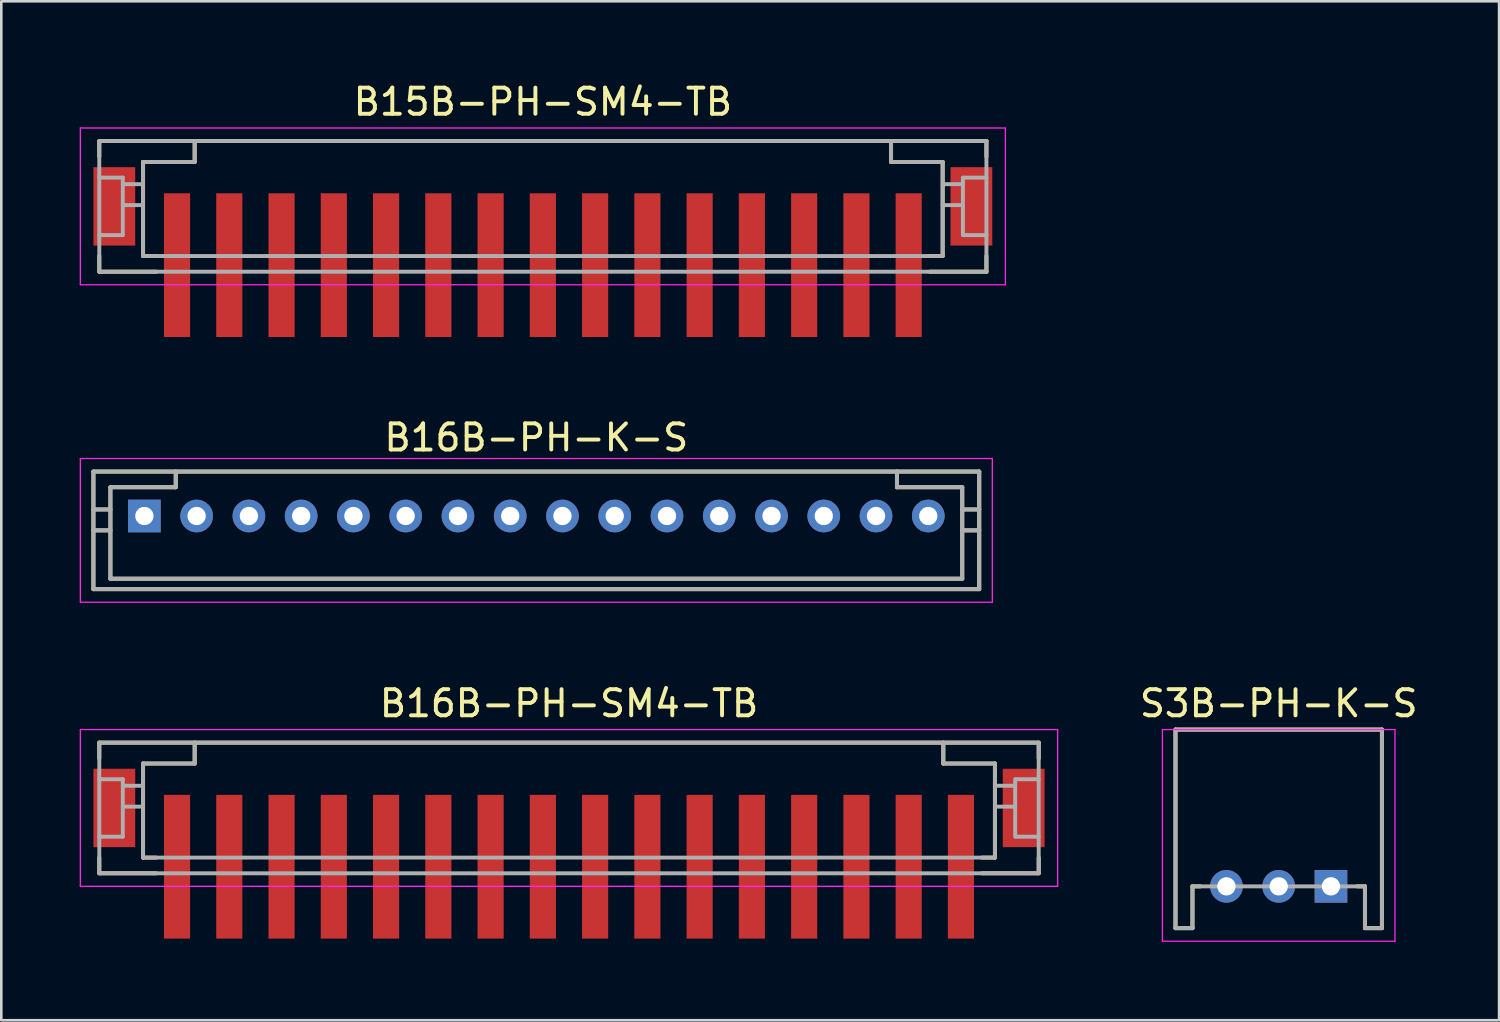
<source format=kicad_pcb>
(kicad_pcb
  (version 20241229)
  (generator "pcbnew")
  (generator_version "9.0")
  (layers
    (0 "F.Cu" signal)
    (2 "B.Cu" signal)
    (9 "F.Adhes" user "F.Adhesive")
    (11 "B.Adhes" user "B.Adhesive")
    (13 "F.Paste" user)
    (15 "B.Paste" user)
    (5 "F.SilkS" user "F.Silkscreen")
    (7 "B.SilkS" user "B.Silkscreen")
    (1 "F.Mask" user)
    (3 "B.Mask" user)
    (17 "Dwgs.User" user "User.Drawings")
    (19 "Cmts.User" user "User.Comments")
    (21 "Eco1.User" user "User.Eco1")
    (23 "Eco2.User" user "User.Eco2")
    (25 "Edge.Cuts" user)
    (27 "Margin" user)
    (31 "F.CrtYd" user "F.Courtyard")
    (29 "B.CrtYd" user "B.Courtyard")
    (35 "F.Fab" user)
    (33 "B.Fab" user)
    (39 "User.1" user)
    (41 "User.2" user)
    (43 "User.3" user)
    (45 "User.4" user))
  (footprint "B15B-PH-SM4-TB"
    (layer "F.Cu")
    (at 17.725 4.348)
    (property "Reference" "B15B-PH-SM4-TB" (at 0 -3.5 0) (layer "F.SilkS") (effects (font (size 1 1) (thickness 0.15))))
    (attr smd)
    (fp_line (start -16.975 -2) (end -16.975 -1.4) (stroke (width 0.15) (type solid)) (layer "F.SilkS"))
    (fp_line (start -16.975 -2) (end 16.975 -2) (stroke (width 0.15) (type solid)) (layer "F.SilkS"))
    (fp_line (start -16.975 2.4) (end -16.975 3) (stroke (width 0.15) (type solid)) (layer "F.SilkS"))
    (fp_line (start -16.975 3) (end -14.8 3) (stroke (width 0.15) (type solid)) (layer "F.SilkS"))
    (fp_line (start -15.3 -1.2) (end -15.3 2.4) (stroke (width 0.15) (type solid)) (layer "F.SilkS"))
    (fp_line (start -15.3 -1.2) (end -13.325 -1.2) (stroke (width 0.15) (type solid)) (layer "F.SilkS"))
    (fp_line (start -15.3 2.4) (end -14.8 2.4) (stroke (width 0.15) (type solid)) (layer "F.SilkS"))
    (fp_line (start -13.325 -2) (end -13.325 -1.2) (stroke (width 0.15) (type solid)) (layer "F.SilkS"))
    (fp_line (start 13.325 -2) (end 13.325 -1.2) (stroke (width 0.15) (type solid)) (layer "F.SilkS"))
    (fp_line (start 13.325 -1.2) (end 15.3 -1.2) (stroke (width 0.15) (type solid)) (layer "F.SilkS"))
    (fp_line (start 14.8 2.4) (end 15.3 2.4) (stroke (width 0.15) (type solid)) (layer "F.SilkS"))
    (fp_line (start 14.8 3) (end 16.975 3) (stroke (width 0.15) (type solid)) (layer "F.SilkS"))
    (fp_line (start 15.3 -1.2) (end 15.3 2.4) (stroke (width 0.15) (type solid)) (layer "F.SilkS"))
    (fp_line (start 16.975 -2) (end 16.975 -1.4) (stroke (width 0.15) (type solid)) (layer "F.SilkS"))
    (fp_line (start 16.975 2.4) (end 16.975 3) (stroke (width 0.15) (type solid)) (layer "F.SilkS"))
    (fp_line (start -17.7 -2.5) (end -17.7 3.5) (stroke (width 0.05) (type solid)) (layer "F.CrtYd"))
    (fp_line (start -17.7 -2.5) (end 17.7 -2.5) (stroke (width 0.05) (type solid)) (layer "F.CrtYd"))
    (fp_line (start -17.7 3.5) (end 17.7 3.5) (stroke (width 0.05) (type solid)) (layer "F.CrtYd"))
    (fp_line (start 17.7 -2.5) (end 17.7 3.5) (stroke (width 0.05) (type solid)) (layer "F.CrtYd"))
    (fp_line (start -16.975 -2) (end -16.975 3) (stroke (width 0.15) (type solid)) (layer "F.Fab"))
    (fp_line (start -16.975 -2) (end 16.975 -2) (stroke (width 0.15) (type solid)) (layer "F.Fab"))
    (fp_line (start -16.975 -0.6) (end -16.075 -0.6) (stroke (width 0.15) (type solid)) (layer "F.Fab"))
    (fp_line (start -16.975 1.6) (end -16.075 1.6) (stroke (width 0.15) (type solid)) (layer "F.Fab"))
    (fp_line (start -16.975 3) (end 16.975 3) (stroke (width 0.15) (type solid)) (layer "F.Fab"))
    (fp_line (start -16.075 -0.6) (end -16.075 1.6) (stroke (width 0.15) (type solid)) (layer "F.Fab"))
    (fp_line (start -16.075 -0.35) (end -15.3 -0.35) (stroke (width 0.15) (type solid)) (layer "F.Fab"))
    (fp_line (start -16.075 0.45) (end -15.3 0.45) (stroke (width 0.15) (type solid)) (layer "F.Fab"))
    (fp_line (start -15.3 -1.2) (end -15.3 2.4) (stroke (width 0.15) (type solid)) (layer "F.Fab"))
    (fp_line (start -15.3 -1.2) (end -13.325 -1.2) (stroke (width 0.15) (type solid)) (layer "F.Fab"))
    (fp_line (start -15.3 2.4) (end 15.3 2.4) (stroke (width 0.15) (type solid)) (layer "F.Fab"))
    (fp_line (start -13.325 -2) (end -13.325 -1.2) (stroke (width 0.15) (type solid)) (layer "F.Fab"))
    (fp_line (start 13.325 -2) (end 13.325 -1.2) (stroke (width 0.15) (type solid)) (layer "F.Fab"))
    (fp_line (start 13.325 -1.2) (end 15.3 -1.2) (stroke (width 0.15) (type solid)) (layer "F.Fab"))
    (fp_line (start 15.3 -1.2) (end 15.3 2.4) (stroke (width 0.15) (type solid)) (layer "F.Fab"))
    (fp_line (start 15.3 -0.35) (end 16.075 -0.35) (stroke (width 0.15) (type solid)) (layer "F.Fab"))
    (fp_line (start 15.3 0.45) (end 16.075 0.45) (stroke (width 0.15) (type solid)) (layer "F.Fab"))
    (fp_line (start 16.075 -0.6) (end 16.075 1.6) (stroke (width 0.15) (type solid)) (layer "F.Fab"))
    (fp_line (start 16.1 -0.6) (end 16.975 -0.6) (stroke (width 0.15) (type solid)) (layer "F.Fab"))
    (fp_line (start 16.1 1.6) (end 16.975 1.6) (stroke (width 0.15) (type solid)) (layer "F.Fab"))
    (fp_line (start 16.975 -2) (end 16.975 3) (stroke (width 0.15) (type solid)) (layer "F.Fab"))
    (pad "1" smd rect (at -14 2.75) (size 1 5.5) (layers "F.Cu" "F.Mask" "F.Paste"))
    (pad "2" smd rect (at -12 2.75) (size 1 5.5) (layers "F.Cu" "F.Mask" "F.Paste"))
    (pad "3" smd rect (at -10 2.75) (size 1 5.5) (layers "F.Cu" "F.Mask" "F.Paste"))
    (pad "4" smd rect (at -8 2.75) (size 1 5.5) (layers "F.Cu" "F.Mask" "F.Paste"))
    (pad "5" smd rect (at -6 2.75) (size 1 5.5) (layers "F.Cu" "F.Mask" "F.Paste"))
    (pad "6" smd rect (at -4 2.75) (size 1 5.5) (layers "F.Cu" "F.Mask" "F.Paste"))
    (pad "7" smd rect (at -2 2.75) (size 1 5.5) (layers "F.Cu" "F.Mask" "F.Paste"))
    (pad "8" smd rect (at 0 2.75) (size 1 5.5) (layers "F.Cu" "F.Mask" "F.Paste"))
    (pad "9" smd rect (at 2 2.75) (size 1 5.5) (layers "F.Cu" "F.Mask" "F.Paste"))
    (pad "10" smd rect (at 4 2.75) (size 1 5.5) (layers "F.Cu" "F.Mask" "F.Paste"))
    (pad "11" smd rect (at 6 2.75) (size 1 5.5) (layers "F.Cu" "F.Mask" "F.Paste"))
    (pad "12" smd rect (at 8 2.75) (size 1 5.5) (layers "F.Cu" "F.Mask" "F.Paste"))
    (pad "13" smd rect (at 10 2.75) (size 1 5.5) (layers "F.Cu" "F.Mask" "F.Paste"))
    (pad "14" smd rect (at 12 2.75) (size 1 5.5) (layers "F.Cu" "F.Mask" "F.Paste"))
    (pad "15" smd rect (at 14 2.75) (size 1 5.5) (layers "F.Cu" "F.Mask" "F.Paste"))
    (pad "S" smd rect (at -16.4 0.5) (size 1.6 3) (layers "F.Cu" "F.Mask" "F.Paste"))
    (pad "S" smd rect (at 16.4 0.5) (size 1.6 3) (layers "F.Cu" "F.Mask" "F.Paste")))
  (footprint "S3B-PH-K-S"
    (layer "F.Cu")
    (at 45.885 30.87)
    (property "Reference" "S3B-PH-K-S" (at 0 -7 0) (layer "F.SilkS") (effects (font (size 1 1) (thickness 0.15))))
    (attr smd)
    (fp_line (start -3.95 -6) (end -3.95 1.6) (stroke (width 0.15) (type solid)) (layer "F.SilkS"))
    (fp_line (start -3.95 -6) (end 3.95 -6) (stroke (width 0.15) (type solid)) (layer "F.SilkS"))
    (fp_line (start -3.95 1.6) (end -3.3 1.6) (stroke (width 0.15) (type solid)) (layer "F.SilkS"))
    (fp_line (start -3.3 0) (end -3.3 1.6) (stroke (width 0.15) (type solid)) (layer "F.SilkS"))
    (fp_line (start -3.3 0) (end -3 0) (stroke (width 0.15) (type solid)) (layer "F.SilkS"))
    (fp_line (start 3 0) (end 3.3 0) (stroke (width 0.15) (type solid)) (layer "F.SilkS"))
    (fp_line (start 3.3 0) (end 3.3 1.6) (stroke (width 0.15) (type solid)) (layer "F.SilkS"))
    (fp_line (start 3.3 1.6) (end 3.95 1.6) (stroke (width 0.15) (type solid)) (layer "F.SilkS"))
    (fp_line (start 3.95 -6) (end 3.95 1.6) (stroke (width 0.15) (type solid)) (layer "F.SilkS"))
    (fp_line (start -4.45 -6) (end -4.45 2.1) (stroke (width 0.05) (type solid)) (layer "F.CrtYd"))
    (fp_line (start -4.45 -6) (end 4.45 -6) (stroke (width 0.05) (type solid)) (layer "F.CrtYd"))
    (fp_line (start -4.45 2.1) (end 4.45 2.1) (stroke (width 0.05) (type solid)) (layer "F.CrtYd"))
    (fp_line (start 4.45 -6) (end 4.45 2.1) (stroke (width 0.05) (type solid)) (layer "F.CrtYd"))
    (fp_line (start -3.95 -6) (end -3.95 1.6) (stroke (width 0.15) (type solid)) (layer "F.Fab"))
    (fp_line (start -3.95 -6) (end 3.95 -6) (stroke (width 0.15) (type solid)) (layer "F.Fab"))
    (fp_line (start -3.95 1.6) (end -3.3 1.6) (stroke (width 0.15) (type solid)) (layer "F.Fab"))
    (fp_line (start -3.3 0) (end -3.3 1.6) (stroke (width 0.15) (type solid)) (layer "F.Fab"))
    (fp_line (start -3.3 0) (end 3.3 0) (stroke (width 0.15) (type solid)) (layer "F.Fab"))
    (fp_line (start 3.3 0) (end 3.3 1.6) (stroke (width 0.15) (type solid)) (layer "F.Fab"))
    (fp_line (start 3.3 1.6) (end 3.95 1.6) (stroke (width 0.15) (type solid)) (layer "F.Fab"))
    (fp_line (start 3.95 -6) (end 3.95 1.6) (stroke (width 0.15) (type solid)) (layer "F.Fab"))
    (pad "1" thru_hole rect (at 2 0 180) (size 1.25 1.25) (drill 0.7) (layers "*.Cu" "*.Mask"))
    (pad "2" thru_hole circle (at 0 0 180) (size 1.25 1.25) (drill 0.7) (layers "*.Cu" "*.Mask"))
    (pad "3" thru_hole circle (at -2 0 180) (size 1.25 1.25) (drill 0.7) (layers "*.Cu" "*.Mask")))
  (footprint "B16B-PH-K-S"
    (layer "F.Cu")
    (at 17.475 16.697)
    (property "Reference" "B16B-PH-K-S" (at 0 -3 0) (layer "F.SilkS") (effects (font (size 1 1) (thickness 0.15))))
    (attr smd)
    (fp_line (start -16.95 -1.7) (end -16.95 2.8) (stroke (width 0.15) (type solid)) (layer "F.SilkS"))
    (fp_line (start -16.95 -1.7) (end 16.95 -1.7) (stroke (width 0.15) (type solid)) (layer "F.SilkS"))
    (fp_line (start -16.95 -0.25) (end -16.3 -0.25) (stroke (width 0.15) (type solid)) (layer "F.SilkS"))
    (fp_line (start -16.95 0.55) (end -16.3 0.55) (stroke (width 0.15) (type solid)) (layer "F.SilkS"))
    (fp_line (start -16.95 2.8) (end 16.95 2.8) (stroke (width 0.15) (type solid)) (layer "F.SilkS"))
    (fp_line (start -16.3 -1.1) (end -16.3 2.4) (stroke (width 0.15) (type solid)) (layer "F.SilkS"))
    (fp_line (start -16.3 -1.1) (end -13.8 -1.1) (stroke (width 0.15) (type solid)) (layer "F.SilkS"))
    (fp_line (start -16.3 2.4) (end 16.3 2.4) (stroke (width 0.15) (type solid)) (layer "F.SilkS"))
    (fp_line (start -13.8 -1.7) (end -13.8 -1.1) (stroke (width 0.15) (type solid)) (layer "F.SilkS"))
    (fp_line (start 13.8 -1.7) (end 13.8 -1.1) (stroke (width 0.15) (type solid)) (layer "F.SilkS"))
    (fp_line (start 13.8 -1.1) (end 16.3 -1.1) (stroke (width 0.15) (type solid)) (layer "F.SilkS"))
    (fp_line (start 16.3 -1.1) (end 16.3 2.4) (stroke (width 0.15) (type solid)) (layer "F.SilkS"))
    (fp_line (start 16.3 -0.25) (end 16.95 -0.25) (stroke (width 0.15) (type solid)) (layer "F.SilkS"))
    (fp_line (start 16.3 0.55) (end 16.95 0.55) (stroke (width 0.15) (type solid)) (layer "F.SilkS"))
    (fp_line (start 16.95 -1.7) (end 16.95 2.8) (stroke (width 0.15) (type solid)) (layer "F.SilkS"))
    (fp_line (start -17.45 -2.2) (end -17.45 3.3) (stroke (width 0.05) (type solid)) (layer "F.CrtYd"))
    (fp_line (start -17.45 -2.2) (end 17.45 -2.2) (stroke (width 0.05) (type solid)) (layer "F.CrtYd"))
    (fp_line (start -17.45 3.3) (end 17.45 3.3) (stroke (width 0.05) (type solid)) (layer "F.CrtYd"))
    (fp_line (start 17.45 -2.2) (end 17.45 3.3) (stroke (width 0.05) (type solid)) (layer "F.CrtYd"))
    (fp_line (start -16.95 -1.7) (end -16.95 2.8) (stroke (width 0.15) (type solid)) (layer "F.Fab"))
    (fp_line (start -16.95 -1.7) (end 16.95 -1.7) (stroke (width 0.15) (type solid)) (layer "F.Fab"))
    (fp_line (start -16.95 -0.25) (end -16.3 -0.25) (stroke (width 0.15) (type solid)) (layer "F.Fab"))
    (fp_line (start -16.95 0.55) (end -16.3 0.55) (stroke (width 0.15) (type solid)) (layer "F.Fab"))
    (fp_line (start -16.95 2.8) (end 16.95 2.8) (stroke (width 0.15) (type solid)) (layer "F.Fab"))
    (fp_line (start -16.3 -1.1) (end -16.3 2.4) (stroke (width 0.15) (type solid)) (layer "F.Fab"))
    (fp_line (start -16.3 -1.1) (end -13.8 -1.1) (stroke (width 0.15) (type solid)) (layer "F.Fab"))
    (fp_line (start -16.3 2.4) (end 16.3 2.4) (stroke (width 0.15) (type solid)) (layer "F.Fab"))
    (fp_line (start -13.8 -1.7) (end -13.8 -1.1) (stroke (width 0.15) (type solid)) (layer "F.Fab"))
    (fp_line (start 13.8 -1.7) (end 13.8 -1.1) (stroke (width 0.15) (type solid)) (layer "F.Fab"))
    (fp_line (start 13.8 -1.1) (end 16.3 -1.1) (stroke (width 0.15) (type solid)) (layer "F.Fab"))
    (fp_line (start 16.3 -1.1) (end 16.3 2.4) (stroke (width 0.15) (type solid)) (layer "F.Fab"))
    (fp_line (start 16.3 -0.25) (end 16.95 -0.25) (stroke (width 0.15) (type solid)) (layer "F.Fab"))
    (fp_line (start 16.3 0.55) (end 16.95 0.55) (stroke (width 0.15) (type solid)) (layer "F.Fab"))
    (fp_line (start 16.95 -1.7) (end 16.95 2.8) (stroke (width 0.15) (type solid)) (layer "F.Fab"))
    (pad "1" thru_hole rect (at -15 0) (size 1.25 1.25) (drill 0.7) (layers "*.Cu" "*.Mask"))
    (pad "2" thru_hole circle (at -13 0) (size 1.25 1.25) (drill 0.7) (layers "*.Cu" "*.Mask"))
    (pad "3" thru_hole circle (at -11 0) (size 1.25 1.25) (drill 0.7) (layers "*.Cu" "*.Mask"))
    (pad "4" thru_hole circle (at -9 0) (size 1.25 1.25) (drill 0.7) (layers "*.Cu" "*.Mask"))
    (pad "5" thru_hole circle (at -7 0) (size 1.25 1.25) (drill 0.7) (layers "*.Cu" "*.Mask"))
    (pad "6" thru_hole circle (at -5 0) (size 1.25 1.25) (drill 0.7) (layers "*.Cu" "*.Mask"))
    (pad "7" thru_hole circle (at -3 0) (size 1.25 1.25) (drill 0.7) (layers "*.Cu" "*.Mask"))
    (pad "8" thru_hole circle (at -1 0) (size 1.25 1.25) (drill 0.7) (layers "*.Cu" "*.Mask"))
    (pad "9" thru_hole circle (at 1 0) (size 1.25 1.25) (drill 0.7) (layers "*.Cu" "*.Mask"))
    (pad "10" thru_hole circle (at 3 0) (size 1.25 1.25) (drill 0.7) (layers "*.Cu" "*.Mask"))
    (pad "11" thru_hole circle (at 5 0) (size 1.25 1.25) (drill 0.7) (layers "*.Cu" "*.Mask"))
    (pad "12" thru_hole circle (at 7 0) (size 1.25 1.25) (drill 0.7) (layers "*.Cu" "*.Mask"))
    (pad "13" thru_hole circle (at 9 0) (size 1.25 1.25) (drill 0.7) (layers "*.Cu" "*.Mask"))
    (pad "14" thru_hole circle (at 11 0) (size 1.25 1.25) (drill 0.7) (layers "*.Cu" "*.Mask"))
    (pad "15" thru_hole circle (at 13 0) (size 1.25 1.25) (drill 0.7) (layers "*.Cu" "*.Mask"))
    (pad "16" thru_hole circle (at 15 0) (size 1.25 1.25) (drill 0.7) (layers "*.Cu" "*.Mask")))
  (footprint "B16B-PH-SM4-TB"
    (layer "F.Cu")
    (at 18.725 27.37)
    (property "Reference" "B16B-PH-SM4-TB" (at 0 -3.5 0) (layer "F.SilkS") (effects (font (size 1 1) (thickness 0.15))))
    (attr smd)
    (fp_line (start -17.975 -2) (end -17.975 -1.4) (stroke (width 0.15) (type solid)) (layer "F.SilkS"))
    (fp_line (start -17.975 -2) (end 17.975 -2) (stroke (width 0.15) (type solid)) (layer "F.SilkS"))
    (fp_line (start -17.975 2.4) (end -17.975 3) (stroke (width 0.15) (type solid)) (layer "F.SilkS"))
    (fp_line (start -17.975 3) (end -15.8 3) (stroke (width 0.15) (type solid)) (layer "F.SilkS"))
    (fp_line (start -16.3 -1.2) (end -16.3 2.4) (stroke (width 0.15) (type solid)) (layer "F.SilkS"))
    (fp_line (start -16.3 -1.2) (end -14.325 -1.2) (stroke (width 0.15) (type solid)) (layer "F.SilkS"))
    (fp_line (start -16.3 2.4) (end -15.8 2.4) (stroke (width 0.15) (type solid)) (layer "F.SilkS"))
    (fp_line (start -14.325 -2) (end -14.325 -1.2) (stroke (width 0.15) (type solid)) (layer "F.SilkS"))
    (fp_line (start 14.325 -2) (end 14.325 -1.2) (stroke (width 0.15) (type solid)) (layer "F.SilkS"))
    (fp_line (start 14.325 -1.2) (end 16.3 -1.2) (stroke (width 0.15) (type solid)) (layer "F.SilkS"))
    (fp_line (start 15.8 2.4) (end 16.3 2.4) (stroke (width 0.15) (type solid)) (layer "F.SilkS"))
    (fp_line (start 15.8 3) (end 17.975 3) (stroke (width 0.15) (type solid)) (layer "F.SilkS"))
    (fp_line (start 16.3 -1.2) (end 16.3 2.4) (stroke (width 0.15) (type solid)) (layer "F.SilkS"))
    (fp_line (start 17.975 -2) (end 17.975 -1.4) (stroke (width 0.15) (type solid)) (layer "F.SilkS"))
    (fp_line (start 17.975 2.4) (end 17.975 3) (stroke (width 0.15) (type solid)) (layer "F.SilkS"))
    (fp_line (start -18.7 -2.5) (end -18.7 3.5) (stroke (width 0.05) (type solid)) (layer "F.CrtYd"))
    (fp_line (start -18.7 -2.5) (end 18.7 -2.5) (stroke (width 0.05) (type solid)) (layer "F.CrtYd"))
    (fp_line (start -18.7 3.5) (end 18.7 3.5) (stroke (width 0.05) (type solid)) (layer "F.CrtYd"))
    (fp_line (start 18.7 -2.5) (end 18.7 3.5) (stroke (width 0.05) (type solid)) (layer "F.CrtYd"))
    (fp_line (start -17.975 -2) (end -17.975 3) (stroke (width 0.15) (type solid)) (layer "F.Fab"))
    (fp_line (start -17.975 -2) (end 17.975 -2) (stroke (width 0.15) (type solid)) (layer "F.Fab"))
    (fp_line (start -17.975 -0.6) (end -17.075 -0.6) (stroke (width 0.15) (type solid)) (layer "F.Fab"))
    (fp_line (start -17.975 1.6) (end -17.075 1.6) (stroke (width 0.15) (type solid)) (layer "F.Fab"))
    (fp_line (start -17.975 3) (end 17.975 3) (stroke (width 0.15) (type solid)) (layer "F.Fab"))
    (fp_line (start -17.075 -0.6) (end -17.075 1.6) (stroke (width 0.15) (type solid)) (layer "F.Fab"))
    (fp_line (start -17.075 -0.35) (end -16.3 -0.35) (stroke (width 0.15) (type solid)) (layer "F.Fab"))
    (fp_line (start -17.075 0.45) (end -16.3 0.45) (stroke (width 0.15) (type solid)) (layer "F.Fab"))
    (fp_line (start -16.3 -1.2) (end -16.3 2.4) (stroke (width 0.15) (type solid)) (layer "F.Fab"))
    (fp_line (start -16.3 -1.2) (end -14.325 -1.2) (stroke (width 0.15) (type solid)) (layer "F.Fab"))
    (fp_line (start -16.3 2.4) (end 16.3 2.4) (stroke (width 0.15) (type solid)) (layer "F.Fab"))
    (fp_line (start -14.325 -2) (end -14.325 -1.2) (stroke (width 0.15) (type solid)) (layer "F.Fab"))
    (fp_line (start 14.325 -2) (end 14.325 -1.2) (stroke (width 0.15) (type solid)) (layer "F.Fab"))
    (fp_line (start 14.325 -1.2) (end 16.3 -1.2) (stroke (width 0.15) (type solid)) (layer "F.Fab"))
    (fp_line (start 16.3 -1.2) (end 16.3 2.4) (stroke (width 0.15) (type solid)) (layer "F.Fab"))
    (fp_line (start 16.3 -0.35) (end 17.075 -0.35) (stroke (width 0.15) (type solid)) (layer "F.Fab"))
    (fp_line (start 16.3 0.45) (end 17.075 0.45) (stroke (width 0.15) (type solid)) (layer "F.Fab"))
    (fp_line (start 17.075 -0.6) (end 17.075 1.6) (stroke (width 0.15) (type solid)) (layer "F.Fab"))
    (fp_line (start 17.1 -0.6) (end 17.975 -0.6) (stroke (width 0.15) (type solid)) (layer "F.Fab"))
    (fp_line (start 17.1 1.6) (end 17.975 1.6) (stroke (width 0.15) (type solid)) (layer "F.Fab"))
    (fp_line (start 17.975 -2) (end 17.975 3) (stroke (width 0.15) (type solid)) (layer "F.Fab"))
    (pad "1" smd rect (at -15 2.75) (size 1 5.5) (layers "F.Cu" "F.Mask" "F.Paste"))
    (pad "2" smd rect (at -13 2.75) (size 1 5.5) (layers "F.Cu" "F.Mask" "F.Paste"))
    (pad "3" smd rect (at -11 2.75) (size 1 5.5) (layers "F.Cu" "F.Mask" "F.Paste"))
    (pad "4" smd rect (at -9 2.75) (size 1 5.5) (layers "F.Cu" "F.Mask" "F.Paste"))
    (pad "5" smd rect (at -7 2.75) (size 1 5.5) (layers "F.Cu" "F.Mask" "F.Paste"))
    (pad "6" smd rect (at -5 2.75) (size 1 5.5) (layers "F.Cu" "F.Mask" "F.Paste"))
    (pad "7" smd rect (at -3 2.75) (size 1 5.5) (layers "F.Cu" "F.Mask" "F.Paste"))
    (pad "8" smd rect (at -1 2.75) (size 1 5.5) (layers "F.Cu" "F.Mask" "F.Paste"))
    (pad "9" smd rect (at 1 2.75) (size 1 5.5) (layers "F.Cu" "F.Mask" "F.Paste"))
    (pad "10" smd rect (at 3 2.75) (size 1 5.5) (layers "F.Cu" "F.Mask" "F.Paste"))
    (pad "11" smd rect (at 5 2.75) (size 1 5.5) (layers "F.Cu" "F.Mask" "F.Paste"))
    (pad "12" smd rect (at 7 2.75) (size 1 5.5) (layers "F.Cu" "F.Mask" "F.Paste"))
    (pad "13" smd rect (at 9 2.75) (size 1 5.5) (layers "F.Cu" "F.Mask" "F.Paste"))
    (pad "14" smd rect (at 11 2.75) (size 1 5.5) (layers "F.Cu" "F.Mask" "F.Paste"))
    (pad "15" smd rect (at 13 2.75) (size 1 5.5) (layers "F.Cu" "F.Mask" "F.Paste"))
    (pad "16" smd rect (at 15 2.75) (size 1 5.5) (layers "F.Cu" "F.Mask" "F.Paste"))
    (pad "S" smd rect (at -17.4 0.5) (size 1.6 3) (layers "F.Cu" "F.Mask" "F.Paste"))
    (pad "S" smd rect (at 17.4 0.5) (size 1.6 3) (layers "F.Cu" "F.Mask" "F.Paste")))
  (gr_rect
    (start -3 -3)
    (end 54.319 35.995)
    (stroke (width 0.1) (type default))
    (fill no)
    (layer "Edge.Cuts")))
</source>
